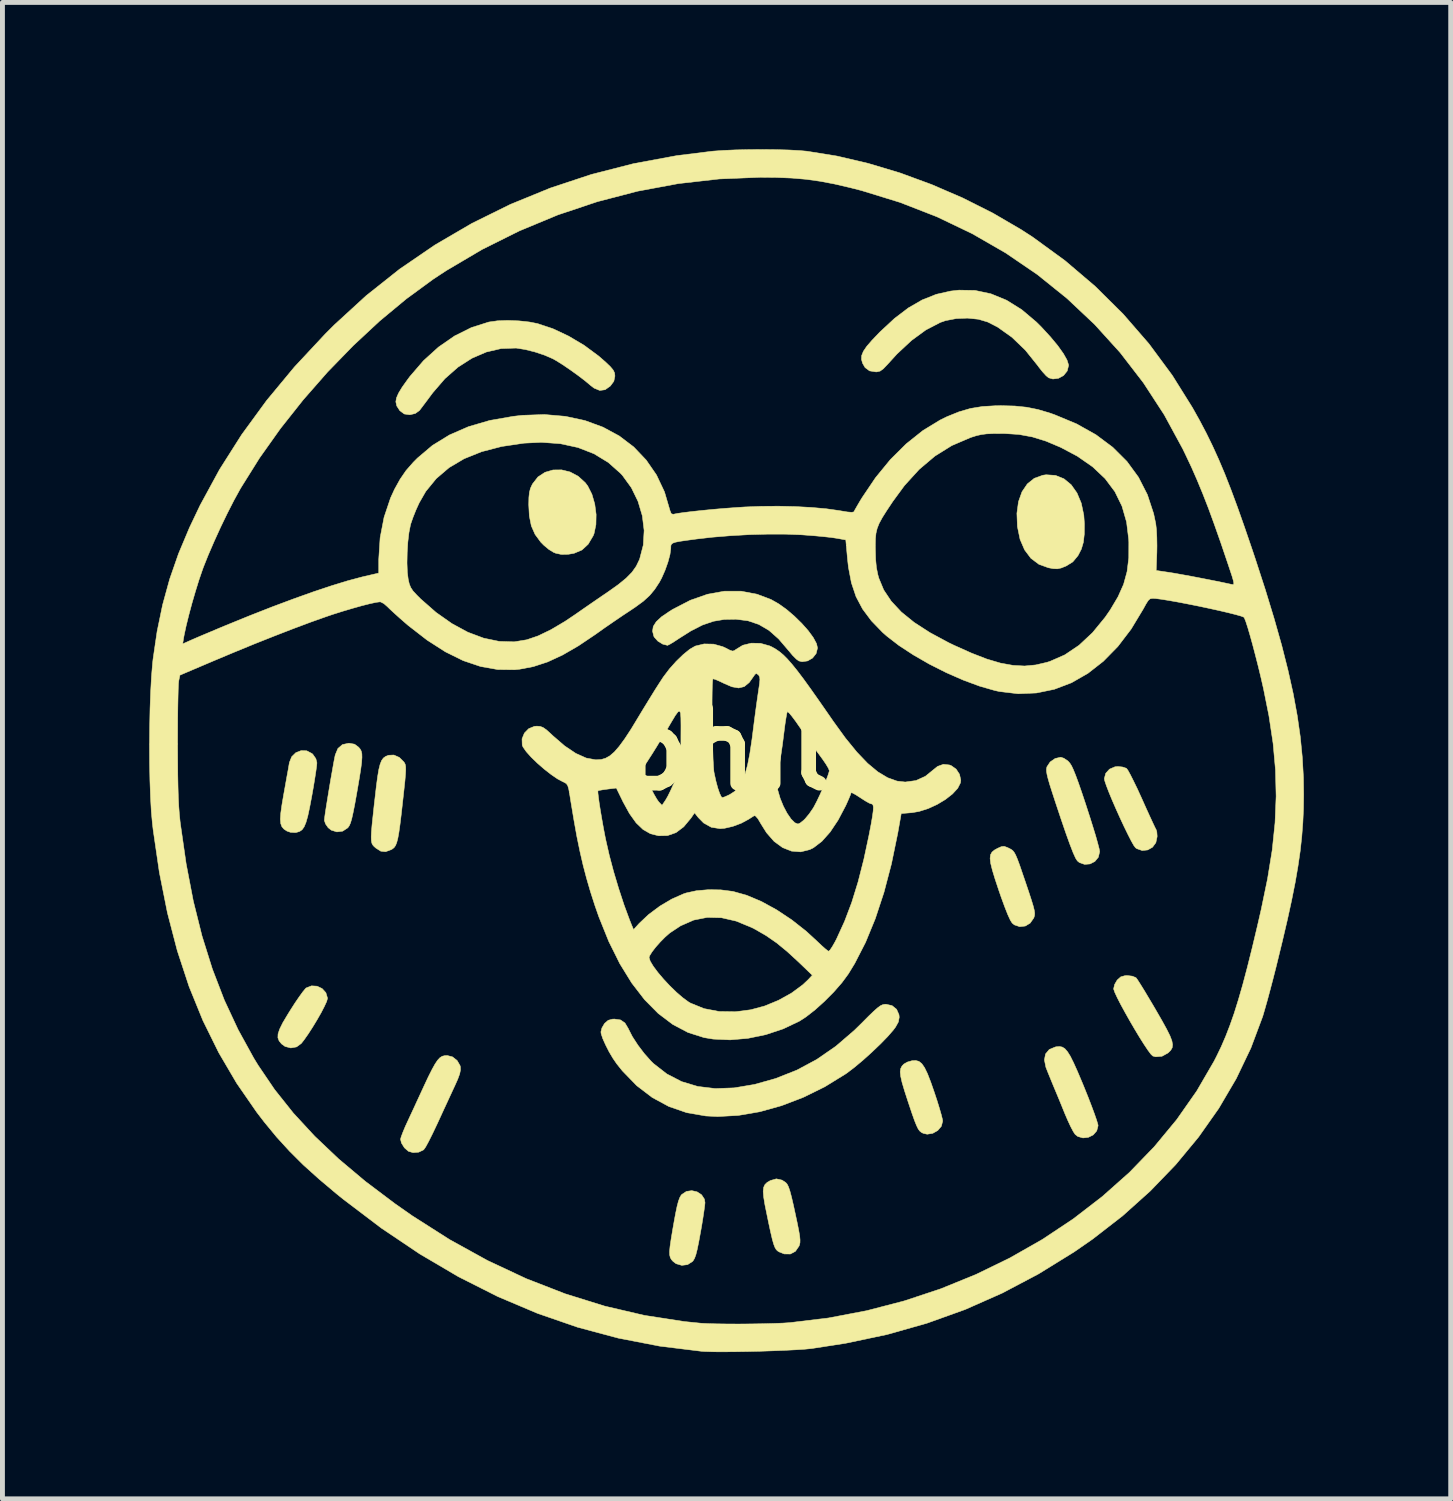
<source format=kicad_pcb>
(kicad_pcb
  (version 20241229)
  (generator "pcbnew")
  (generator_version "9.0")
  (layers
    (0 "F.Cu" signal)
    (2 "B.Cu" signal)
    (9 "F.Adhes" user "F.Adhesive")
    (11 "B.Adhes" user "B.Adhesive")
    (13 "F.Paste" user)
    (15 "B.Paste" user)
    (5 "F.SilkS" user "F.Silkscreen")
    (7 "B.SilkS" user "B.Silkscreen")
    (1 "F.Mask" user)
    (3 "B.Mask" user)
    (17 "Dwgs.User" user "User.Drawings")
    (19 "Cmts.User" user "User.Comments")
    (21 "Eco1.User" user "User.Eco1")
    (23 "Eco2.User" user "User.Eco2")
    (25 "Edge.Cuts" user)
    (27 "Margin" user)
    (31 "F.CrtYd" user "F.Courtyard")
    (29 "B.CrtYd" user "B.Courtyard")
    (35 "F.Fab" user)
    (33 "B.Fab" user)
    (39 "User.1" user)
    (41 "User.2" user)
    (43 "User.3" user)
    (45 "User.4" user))
  (footprint "phil"
    (layer "F.Cu")
    (at 11.77 12.265)
    (property "Reference" "phil" (at 0 0 0) (layer "F.SilkS") (effects (font (size 1.524 1.524) (thickness 0.3))))
    (attr through_hole)
    (fp_poly (pts (xy -8.34 4.838) (xy -8.237 4.887) (xy -8.161 4.97) (xy -8.128 5.08) (xy -8.128 5.09) (xy -8.145 5.151) (xy -8.191 5.251) (xy -8.258 5.381) (xy -8.341 5.526) (xy -8.432 5.676) (xy -8.523 5.817) (xy -8.609 5.939) (xy -8.663 6.008) (xy -8.76 6.079) (xy -8.877 6.1) (xy -8.994 6.07) (xy -9.066 6.018) (xy -9.116 5.957) (xy -9.141 5.892) (xy -9.138 5.814) (xy -9.105 5.715) (xy -9.041 5.585) (xy -8.941 5.417) (xy -8.887 5.33) (xy -8.793 5.183) (xy -8.704 5.053) (xy -8.63 4.951) (xy -8.577 4.887) (xy -8.563 4.874) (xy -8.454 4.831) (xy -8.34 4.838)) (stroke (width 0.01) (type solid)) (fill yes) (layer "F.SilkS"))
    (fp_poly (pts (xy 6.75 -5.6) (xy 6.922 -5.531) (xy 7.069 -5.41) (xy 7.188 -5.242) (xy 7.276 -5.033) (xy 7.328 -4.787) (xy 7.34 -4.613) (xy 7.338 -4.4) (xy 7.319 -4.233) (xy 7.278 -4.094) (xy 7.213 -3.968) (xy 7.207 -3.958) (xy 7.103 -3.833) (xy 6.968 -3.749) (xy 6.967 -3.749) (xy 6.866 -3.708) (xy 6.787 -3.691) (xy 6.702 -3.695) (xy 6.604 -3.713) (xy 6.411 -3.783) (xy 6.247 -3.906) (xy 6.118 -4.078) (xy 6.025 -4.294) (xy 5.972 -4.55) (xy 5.971 -4.557) (xy 5.961 -4.826) (xy 5.993 -5.063) (xy 6.065 -5.265) (xy 6.173 -5.425) (xy 6.315 -5.54) (xy 6.489 -5.603) (xy 6.558 -5.613) (xy 6.75 -5.6)) (stroke (width 0.01) (type solid)) (fill yes) (layer "F.SilkS"))
    (fp_poly (pts (xy -3.169 -5.67) (xy -3.004 -5.582) (xy -2.859 -5.45) (xy -2.809 -5.383) (xy -2.724 -5.215) (xy -2.666 -5.015) (xy -2.638 -4.801) (xy -2.642 -4.594) (xy -2.68 -4.412) (xy -2.699 -4.365) (xy -2.801 -4.193) (xy -2.928 -4.076) (xy -3.089 -4.008) (xy -3.207 -3.988) (xy -3.348 -3.985) (xy -3.464 -4.01) (xy -3.51 -4.029) (xy -3.604 -4.087) (xy -3.707 -4.173) (xy -3.77 -4.237) (xy -3.886 -4.395) (xy -3.962 -4.568) (xy -4.003 -4.771) (xy -4.015 -5.001) (xy -4.012 -5.149) (xy -4.001 -5.254) (xy -3.98 -5.336) (xy -3.943 -5.416) (xy -3.936 -5.428) (xy -3.826 -5.569) (xy -3.683 -5.663) (xy -3.519 -5.711) (xy -3.344 -5.713) (xy -3.169 -5.67)) (stroke (width 0.01) (type solid)) (fill yes) (layer "F.SilkS"))
    (fp_poly (pts (xy -0.574 9.041) (xy -0.483 9.101) (xy -0.425 9.19) (xy -0.413 9.262) (xy -0.419 9.322) (xy -0.434 9.433) (xy -0.456 9.58) (xy -0.484 9.752) (xy -0.505 9.868) (xy -0.542 10.071) (xy -0.573 10.221) (xy -0.6 10.327) (xy -0.627 10.4) (xy -0.656 10.449) (xy -0.668 10.463) (xy -0.769 10.528) (xy -0.887 10.543) (xy -1.004 10.509) (xy -1.065 10.463) (xy -1.099 10.425) (xy -1.122 10.384) (xy -1.135 10.331) (xy -1.137 10.257) (xy -1.127 10.153) (xy -1.106 10.009) (xy -1.074 9.816) (xy -1.052 9.69) (xy -1.015 9.487) (xy -0.984 9.338) (xy -0.956 9.232) (xy -0.929 9.159) (xy -0.901 9.11) (xy -0.888 9.095) (xy -0.793 9.032) (xy -0.683 9.016) (xy -0.574 9.041)) (stroke (width 0.01) (type solid)) (fill yes) (layer "F.SilkS"))
    (fp_poly (pts (xy 1.161 8.801) (xy 1.237 8.851) (xy 1.265 8.883) (xy 1.293 8.938) (xy 1.322 9.023) (xy 1.355 9.147) (xy 1.395 9.319) (xy 1.429 9.476) (xy 1.473 9.681) (xy 1.503 9.833) (xy 1.522 9.944) (xy 1.529 10.022) (xy 1.528 10.079) (xy 1.518 10.123) (xy 1.509 10.148) (xy 1.435 10.256) (xy 1.332 10.311) (xy 1.208 10.31) (xy 1.106 10.27) (xy 1.07 10.248) (xy 1.041 10.219) (xy 1.015 10.174) (xy 0.989 10.105) (xy 0.961 10.005) (xy 0.928 9.864) (xy 0.887 9.674) (xy 0.855 9.518) (xy 0.812 9.308) (xy 0.786 9.149) (xy 0.776 9.033) (xy 0.785 8.95) (xy 0.812 8.892) (xy 0.858 8.847) (xy 0.923 8.81) (xy 1.044 8.775) (xy 1.161 8.801)) (stroke (width 0.01) (type solid)) (fill yes) (layer "F.SilkS"))
    (fp_poly (pts (xy 3.958 6.374) (xy 4.017 6.421) (xy 4.074 6.503) (xy 4.134 6.627) (xy 4.201 6.8) (xy 4.271 7.001) (xy 4.329 7.176) (xy 4.378 7.335) (xy 4.416 7.467) (xy 4.439 7.56) (xy 4.444 7.594) (xy 4.417 7.7) (xy 4.343 7.787) (xy 4.241 7.845) (xy 4.127 7.863) (xy 4.047 7.845) (xy 4.008 7.825) (xy 3.975 7.798) (xy 3.943 7.754) (xy 3.909 7.684) (xy 3.868 7.582) (xy 3.817 7.438) (xy 3.752 7.244) (xy 3.733 7.187) (xy 3.663 6.971) (xy 3.614 6.805) (xy 3.586 6.681) (xy 3.576 6.59) (xy 3.585 6.524) (xy 3.611 6.472) (xy 3.65 6.43) (xy 3.721 6.389) (xy 3.814 6.362) (xy 3.816 6.361) (xy 3.893 6.357) (xy 3.958 6.374)) (stroke (width 0.01) (type solid)) (fill yes) (layer "F.SilkS"))
    (fp_poly (pts (xy -8.551 0.028) (xy -8.444 0.084) (xy -8.427 0.1) (xy -8.365 0.19) (xy -8.344 0.273) (xy -8.349 0.333) (xy -8.364 0.443) (xy -8.387 0.593) (xy -8.416 0.77) (xy -8.448 0.951) (xy -8.492 1.183) (xy -8.53 1.361) (xy -8.567 1.491) (xy -8.605 1.582) (xy -8.647 1.641) (xy -8.698 1.676) (xy -8.761 1.695) (xy -8.779 1.699) (xy -8.882 1.694) (xy -8.957 1.668) (xy -9.017 1.628) (xy -9.059 1.58) (xy -9.083 1.515) (xy -9.091 1.424) (xy -9.082 1.298) (xy -9.058 1.128) (xy -9.02 0.905) (xy -9.019 0.902) (xy -8.986 0.717) (xy -8.956 0.548) (xy -8.93 0.407) (xy -8.913 0.307) (xy -8.906 0.267) (xy -8.859 0.149) (xy -8.774 0.066) (xy -8.666 0.024) (xy -8.551 0.028)) (stroke (width 0.01) (type solid)) (fill yes) (layer "F.SilkS"))
    (fp_poly (pts (xy 5.766 2.004) (xy 5.802 2.021) (xy 5.842 2.042) (xy 5.876 2.067) (xy 5.905 2.103) (xy 5.936 2.159) (xy 5.972 2.244) (xy 6.017 2.365) (xy 6.074 2.532) (xy 6.135 2.71) (xy 6.206 2.921) (xy 6.258 3.081) (xy 6.294 3.199) (xy 6.315 3.283) (xy 6.324 3.343) (xy 6.322 3.388) (xy 6.312 3.426) (xy 6.304 3.446) (xy 6.232 3.549) (xy 6.132 3.609) (xy 6.018 3.622) (xy 5.909 3.585) (xy 5.864 3.548) (xy 5.827 3.49) (xy 5.775 3.377) (xy 5.711 3.215) (xy 5.637 3.012) (xy 5.591 2.879) (xy 5.514 2.647) (xy 5.459 2.466) (xy 5.425 2.328) (xy 5.413 2.226) (xy 5.422 2.152) (xy 5.452 2.098) (xy 5.502 2.056) (xy 5.565 2.021) (xy 5.644 1.986) (xy 5.7 1.98) (xy 5.766 2.004)) (stroke (width 0.01) (type solid)) (fill yes) (layer "F.SilkS"))
    (fp_poly (pts (xy 6.888 6.082) (xy 6.941 6.115) (xy 6.994 6.176) (xy 7.053 6.27) (xy 7.12 6.405) (xy 7.201 6.585) (xy 7.299 6.817) (xy 7.334 6.902) (xy 7.415 7.103) (xy 7.487 7.29) (xy 7.547 7.452) (xy 7.591 7.58) (xy 7.616 7.664) (xy 7.62 7.689) (xy 7.592 7.795) (xy 7.521 7.877) (xy 7.421 7.927) (xy 7.311 7.939) (xy 7.205 7.909) (xy 7.151 7.866) (xy 7.113 7.809) (xy 7.059 7.707) (xy 6.998 7.575) (xy 6.942 7.445) (xy 6.874 7.277) (xy 6.802 7.102) (xy 6.736 6.944) (xy 6.7 6.858) (xy 6.646 6.726) (xy 6.594 6.599) (xy 6.556 6.502) (xy 6.553 6.494) (xy 6.523 6.345) (xy 6.546 6.223) (xy 6.622 6.132) (xy 6.746 6.08) (xy 6.769 6.076) (xy 6.832 6.071) (xy 6.888 6.082)) (stroke (width 0.01) (type solid)) (fill yes) (layer "F.SilkS"))
    (fp_poly (pts (xy -7.574 -0.107) (xy -7.491 -0.045) (xy -7.46 -0.008) (xy -7.438 0.034) (xy -7.425 0.088) (xy -7.423 0.163) (xy -7.43 0.266) (xy -7.448 0.405) (xy -7.477 0.587) (xy -7.517 0.822) (xy -7.533 0.913) (xy -7.572 1.131) (xy -7.605 1.296) (xy -7.632 1.416) (xy -7.657 1.501) (xy -7.682 1.558) (xy -7.71 1.598) (xy -7.715 1.603) (xy -7.817 1.67) (xy -7.936 1.685) (xy -8.051 1.649) (xy -8.114 1.599) (xy -8.167 1.523) (xy -8.191 1.452) (xy -8.191 1.446) (xy -8.186 1.394) (xy -8.172 1.292) (xy -8.15 1.151) (xy -8.123 0.984) (xy -8.093 0.802) (xy -8.062 0.617) (xy -8.031 0.442) (xy -8.004 0.288) (xy -7.981 0.167) (xy -7.969 0.111) (xy -7.915 -0.019) (xy -7.823 -0.099) (xy -7.694 -0.127) (xy -7.686 -0.127) (xy -7.574 -0.107)) (stroke (width 0.01) (type solid)) (fill yes) (layer "F.SilkS"))
    (fp_poly (pts (xy 8.12 0.359) (xy 8.194 0.384) (xy 8.202 0.389) (xy 8.231 0.429) (xy 8.28 0.518) (xy 8.345 0.647) (xy 8.422 0.805) (xy 8.504 0.985) (xy 8.523 1.027) (xy 8.604 1.208) (xy 8.677 1.368) (xy 8.738 1.5) (xy 8.782 1.593) (xy 8.806 1.64) (xy 8.808 1.643) (xy 8.82 1.684) (xy 8.826 1.762) (xy 8.826 1.785) (xy 8.8 1.906) (xy 8.731 1.999) (xy 8.633 2.054) (xy 8.521 2.066) (xy 8.41 2.027) (xy 8.384 2.008) (xy 8.349 1.961) (xy 8.295 1.865) (xy 8.227 1.732) (xy 8.149 1.572) (xy 8.067 1.396) (xy 7.985 1.214) (xy 7.908 1.037) (xy 7.841 0.875) (xy 7.789 0.74) (xy 7.756 0.642) (xy 7.747 0.597) (xy 7.776 0.488) (xy 7.853 0.403) (xy 7.964 0.355) (xy 8.025 0.349) (xy 8.12 0.359)) (stroke (width 0.01) (type solid)) (fill yes) (layer "F.SilkS"))
    (fp_poly (pts (xy 8.319 4.633) (xy 8.391 4.663) (xy 8.398 4.669) (xy 8.428 4.71) (xy 8.484 4.798) (xy 8.561 4.922) (xy 8.653 5.076) (xy 8.756 5.249) (xy 8.795 5.316) (xy 8.923 5.538) (xy 9.02 5.714) (xy 9.088 5.85) (xy 9.128 5.954) (xy 9.142 6.034) (xy 9.134 6.096) (xy 9.104 6.148) (xy 9.055 6.197) (xy 9.046 6.204) (xy 8.926 6.27) (xy 8.798 6.281) (xy 8.738 6.265) (xy 8.7 6.229) (xy 8.638 6.146) (xy 8.558 6.026) (xy 8.465 5.879) (xy 8.366 5.714) (xy 8.265 5.541) (xy 8.169 5.37) (xy 8.082 5.211) (xy 8.011 5.072) (xy 7.961 4.964) (xy 7.938 4.897) (xy 7.938 4.888) (xy 7.958 4.802) (xy 8.008 4.716) (xy 8.014 4.709) (xy 8.084 4.647) (xy 8.17 4.623) (xy 8.219 4.621) (xy 8.319 4.633)) (stroke (width 0.01) (type solid)) (fill yes) (layer "F.SilkS"))
    (fp_poly (pts (xy -5.572 6.283) (xy -5.478 6.358) (xy -5.419 6.46) (xy -5.412 6.487) (xy -5.41 6.55) (xy -5.426 6.63) (xy -5.466 6.739) (xy -5.533 6.889) (xy -5.534 6.89) (xy -5.602 7.037) (xy -5.669 7.182) (xy -5.725 7.303) (xy -5.747 7.35) (xy -5.875 7.629) (xy -5.98 7.85) (xy -6.062 8.014) (xy -6.122 8.124) (xy -6.161 8.179) (xy -6.165 8.183) (xy -6.263 8.23) (xy -6.379 8.239) (xy -6.474 8.212) (xy -6.556 8.14) (xy -6.616 8.043) (xy -6.635 7.966) (xy -6.622 7.917) (xy -6.588 7.826) (xy -6.538 7.706) (xy -6.497 7.617) (xy -6.428 7.468) (xy -6.358 7.318) (xy -6.3 7.191) (xy -6.278 7.144) (xy -6.162 6.893) (xy -6.069 6.694) (xy -5.992 6.541) (xy -5.93 6.429) (xy -5.877 6.35) (xy -5.829 6.299) (xy -5.783 6.27) (xy -5.734 6.258) (xy -5.68 6.255) (xy -5.572 6.283)) (stroke (width 0.01) (type solid)) (fill yes) (layer "F.SilkS"))
    (fp_poly (pts (xy 6.92 0.18) (xy 6.997 0.231) (xy 7.013 0.246) (xy 7.045 0.283) (xy 7.079 0.337) (xy 7.116 0.417) (xy 7.161 0.528) (xy 7.216 0.677) (xy 7.284 0.873) (xy 7.367 1.121) (xy 7.379 1.159) (xy 7.451 1.381) (xy 7.516 1.589) (xy 7.572 1.772) (xy 7.614 1.923) (xy 7.642 2.031) (xy 7.652 2.089) (xy 7.652 2.089) (xy 7.625 2.203) (xy 7.554 2.289) (xy 7.455 2.34) (xy 7.344 2.349) (xy 7.237 2.311) (xy 7.196 2.277) (xy 7.16 2.221) (xy 7.109 2.108) (xy 7.043 1.937) (xy 6.96 1.707) (xy 6.861 1.417) (xy 6.832 1.33) (xy 6.747 1.075) (xy 6.681 0.872) (xy 6.631 0.715) (xy 6.597 0.597) (xy 6.576 0.51) (xy 6.566 0.447) (xy 6.565 0.401) (xy 6.572 0.365) (xy 6.575 0.354) (xy 6.64 0.256) (xy 6.742 0.185) (xy 6.856 0.159) (xy 6.92 0.18)) (stroke (width 0.01) (type solid)) (fill yes) (layer "F.SilkS"))
    (fp_poly (pts (xy -6.66 0.163) (xy -6.568 0.254) (xy -6.549 0.282) (xy -6.537 0.313) (xy -6.53 0.356) (xy -6.529 0.42) (xy -6.534 0.513) (xy -6.545 0.644) (xy -6.564 0.821) (xy -6.589 1.048) (xy -6.619 1.317) (xy -6.645 1.529) (xy -6.668 1.693) (xy -6.69 1.816) (xy -6.713 1.904) (xy -6.738 1.965) (xy -6.767 2.006) (xy -6.802 2.034) (xy -6.826 2.048) (xy -6.941 2.09) (xy -7.039 2.079) (xy -7.141 2.014) (xy -7.141 2.013) (xy -7.176 1.983) (xy -7.202 1.953) (xy -7.221 1.916) (xy -7.231 1.863) (xy -7.234 1.788) (xy -7.229 1.683) (xy -7.217 1.54) (xy -7.197 1.352) (xy -7.171 1.11) (xy -7.159 1.01) (xy -7.13 0.757) (xy -7.104 0.56) (xy -7.079 0.411) (xy -7.052 0.303) (xy -7.022 0.227) (xy -6.985 0.176) (xy -6.94 0.143) (xy -6.883 0.12) (xy -6.881 0.119) (xy -6.771 0.114) (xy -6.66 0.163)) (stroke (width 0.01) (type solid)) (fill yes) (layer "F.SilkS"))
    (fp_poly (pts (xy 0.324 -3.234) (xy 0.653 -3.171) (xy 0.938 -3.063) (xy 1.093 -2.975) (xy 1.256 -2.858) (xy 1.416 -2.721) (xy 1.566 -2.574) (xy 1.697 -2.426) (xy 1.8 -2.285) (xy 1.866 -2.162) (xy 1.886 -2.073) (xy 1.858 -1.96) (xy 1.785 -1.868) (xy 1.684 -1.809) (xy 1.571 -1.793) (xy 1.504 -1.809) (xy 1.452 -1.847) (xy 1.378 -1.921) (xy 1.298 -2.017) (xy 1.29 -2.026) (xy 1.092 -2.258) (xy 0.894 -2.433) (xy 0.688 -2.554) (xy 0.466 -2.629) (xy 0.219 -2.661) (xy -0.018 -2.657) (xy -0.242 -2.619) (xy -0.466 -2.542) (xy -0.703 -2.421) (xy -0.948 -2.266) (xy -1.048 -2.2) (xy -1.129 -2.151) (xy -1.176 -2.128) (xy -1.179 -2.127) (xy -1.277 -2.152) (xy -1.376 -2.213) (xy -1.448 -2.293) (xy -1.459 -2.313) (xy -1.485 -2.417) (xy -1.47 -2.514) (xy -1.41 -2.609) (xy -1.301 -2.711) (xy -1.136 -2.823) (xy -1.072 -2.863) (xy -0.714 -3.048) (xy -0.361 -3.172) (xy -0.014 -3.234) (xy 0.324 -3.234)) (stroke (width 0.01) (type solid)) (fill yes) (layer "F.SilkS"))
    (fp_poly (pts (xy 5.106 -9.38) (xy 5.43 -9.311) (xy 5.749 -9.18) (xy 6.059 -8.987) (xy 6.361 -8.732) (xy 6.465 -8.628) (xy 6.647 -8.43) (xy 6.797 -8.249) (xy 6.911 -8.089) (xy 6.985 -7.957) (xy 7.016 -7.859) (xy 7.017 -7.848) (xy 6.989 -7.734) (xy 6.915 -7.642) (xy 6.812 -7.585) (xy 6.697 -7.57) (xy 6.611 -7.594) (xy 6.558 -7.637) (xy 6.485 -7.717) (xy 6.405 -7.818) (xy 6.39 -7.84) (xy 6.133 -8.16) (xy 5.858 -8.424) (xy 5.568 -8.63) (xy 5.366 -8.734) (xy 5.175 -8.791) (xy 4.953 -8.814) (xy 4.721 -8.805) (xy 4.502 -8.763) (xy 4.393 -8.725) (xy 4.101 -8.573) (xy 3.808 -8.359) (xy 3.512 -8.083) (xy 3.314 -7.866) (xy 3.23 -7.778) (xy 3.164 -7.731) (xy 3.098 -7.716) (xy 3.082 -7.715) (xy 2.95 -7.736) (xy 2.858 -7.804) (xy 2.807 -7.892) (xy 2.785 -7.97) (xy 2.788 -8.048) (xy 2.823 -8.135) (xy 2.892 -8.237) (xy 3.001 -8.363) (xy 3.153 -8.522) (xy 3.165 -8.534) (xy 3.459 -8.807) (xy 3.743 -9.023) (xy 4.025 -9.186) (xy 4.311 -9.3) (xy 4.608 -9.367) (xy 4.777 -9.386) (xy 5.106 -9.38)) (stroke (width 0.01) (type solid)) (fill yes) (layer "F.SilkS"))
    (fp_poly (pts (xy -4.215 -8.758) (xy -3.996 -8.734) (xy -3.834 -8.702) (xy -3.522 -8.598) (xy -3.199 -8.446) (xy -2.881 -8.257) (xy -2.585 -8.038) (xy -2.444 -7.915) (xy -2.346 -7.821) (xy -2.289 -7.752) (xy -2.261 -7.694) (xy -2.254 -7.631) (xy -2.254 -7.63) (xy -2.276 -7.524) (xy -2.347 -7.427) (xy -2.454 -7.351) (xy -2.564 -7.336) (xy -2.68 -7.384) (xy -2.754 -7.441) (xy -2.866 -7.535) (xy -3.009 -7.644) (xy -3.165 -7.756) (xy -3.319 -7.861) (xy -3.453 -7.945) (xy -3.525 -7.985) (xy -3.691 -8.057) (xy -3.887 -8.122) (xy -4.084 -8.172) (xy -4.257 -8.2) (xy -4.276 -8.202) (xy -4.579 -8.192) (xy -4.881 -8.122) (xy -5.177 -7.994) (xy -5.461 -7.812) (xy -5.728 -7.577) (xy -5.973 -7.293) (xy -5.99 -7.271) (xy -6.08 -7.15) (xy -6.161 -7.042) (xy -6.222 -6.961) (xy -6.246 -6.929) (xy -6.332 -6.866) (xy -6.445 -6.839) (xy -6.557 -6.855) (xy -6.561 -6.857) (xy -6.649 -6.922) (xy -6.712 -7.019) (xy -6.731 -7.105) (xy -6.718 -7.183) (xy -6.676 -7.28) (xy -6.601 -7.404) (xy -6.488 -7.562) (xy -6.445 -7.62) (xy -6.165 -7.945) (xy -5.858 -8.223) (xy -5.53 -8.45) (xy -5.187 -8.621) (xy -4.835 -8.733) (xy -4.832 -8.734) (xy -4.656 -8.759) (xy -4.443 -8.767) (xy -4.215 -8.758)) (stroke (width 0.01) (type solid)) (fill yes) (layer "F.SilkS"))
    (fp_poly (pts (xy 3.409 5.235) (xy 3.502 5.31) (xy 3.551 5.421) (xy 3.556 5.473) (xy 3.539 5.568) (xy 3.481 5.673) (xy 3.434 5.736) (xy 3.32 5.867) (xy 3.168 6.023) (xy 2.994 6.189) (xy 2.813 6.352) (xy 2.637 6.499) (xy 2.483 6.616) (xy 2.453 6.636) (xy 2.034 6.894) (xy 1.597 7.109) (xy 1.151 7.28) (xy 0.706 7.404) (xy 0.268 7.479) (xy -0.153 7.502) (xy -0.397 7.49) (xy -0.786 7.423) (xy -1.151 7.297) (xy -1.491 7.113) (xy -1.808 6.871) (xy -2.101 6.569) (xy -2.215 6.427) (xy -2.294 6.312) (xy -2.374 6.177) (xy -2.445 6.037) (xy -2.502 5.91) (xy -2.535 5.81) (xy -2.54 5.772) (xy -2.519 5.69) (xy -2.469 5.605) (xy -2.464 5.598) (xy -2.391 5.535) (xy -2.302 5.511) (xy -2.262 5.51) (xy -2.138 5.528) (xy -2.049 5.59) (xy -1.98 5.705) (xy -1.976 5.715) (xy -1.898 5.868) (xy -1.785 6.042) (xy -1.653 6.216) (xy -1.517 6.369) (xy -1.466 6.419) (xy -1.192 6.632) (xy -0.891 6.788) (xy -0.561 6.887) (xy -0.203 6.93) (xy 0.183 6.916) (xy 0.598 6.846) (xy 1.032 6.724) (xy 1.464 6.553) (xy 1.871 6.335) (xy 2.26 6.066) (xy 2.638 5.741) (xy 2.784 5.598) (xy 2.926 5.455) (xy 3.033 5.352) (xy 3.112 5.282) (xy 3.171 5.238) (xy 3.219 5.216) (xy 3.263 5.208) (xy 3.285 5.207) (xy 3.409 5.235)) (stroke (width 0.01) (type solid)) (fill yes) (layer "F.SilkS"))
    (fp_poly (pts (xy 0.722 -2.168) (xy 0.908 -2.116) (xy 0.953 -2.095) (xy 1.031 -2.051) (xy 1.107 -1.999) (xy 1.186 -1.933) (xy 1.271 -1.848) (xy 1.365 -1.741) (xy 1.474 -1.606) (xy 1.601 -1.438) (xy 1.749 -1.233) (xy 1.923 -0.986) (xy 2.127 -0.693) (xy 2.206 -0.578) (xy 2.456 -0.233) (xy 2.69 0.054) (xy 2.91 0.284) (xy 3.119 0.458) (xy 3.319 0.578) (xy 3.511 0.647) (xy 3.679 0.666) (xy 3.898 0.636) (xy 4.091 0.548) (xy 4.214 0.448) (xy 4.339 0.347) (xy 4.458 0.304) (xy 4.58 0.317) (xy 4.617 0.33) (xy 4.719 0.402) (xy 4.788 0.508) (xy 4.814 0.627) (xy 4.807 0.683) (xy 4.751 0.794) (xy 4.645 0.909) (xy 4.501 1.022) (xy 4.331 1.124) (xy 4.148 1.208) (xy 3.962 1.267) (xy 3.816 1.292) (xy 3.597 1.31) (xy 3.526 1.711) (xy 3.397 2.338) (xy 3.244 2.921) (xy 3.067 3.458) (xy 2.868 3.942) (xy 2.647 4.373) (xy 2.516 4.588) (xy 2.384 4.767) (xy 2.217 4.958) (xy 2.029 5.147) (xy 1.836 5.321) (xy 1.65 5.466) (xy 1.517 5.552) (xy 1.185 5.71) (xy 0.83 5.828) (xy 0.463 5.904) (xy 0.1 5.935) (xy -0.246 5.919) (xy -0.434 5.888) (xy -0.761 5.784) (xy -1.073 5.619) (xy -1.369 5.395) (xy -1.649 5.112) (xy -1.911 4.772) (xy -2.155 4.376) (xy -2.216 4.252) (xy -1.556 4.252) (xy -1.533 4.326) (xy -1.47 4.431) (xy -1.376 4.557) (xy -1.26 4.694) (xy -1.13 4.833) (xy -0.996 4.963) (xy -0.866 5.075) (xy -0.75 5.16) (xy -0.711 5.183) (xy -0.434 5.296) (xy -0.126 5.355) (xy 0.209 5.36) (xy 0.52 5.32) (xy 0.806 5.243) (xy 1.09 5.126) (xy 1.356 4.978) (xy 1.586 4.808) (xy 1.692 4.708) (xy 1.78 4.614) (xy 1.497 4.342) (xy 1.263 4.127) (xy 1.049 3.952) (xy 0.838 3.806) (xy 0.615 3.677) (xy 0.539 3.638) (xy 0.224 3.508) (xy -0.077 3.439) (xy -0.366 3.432) (xy -0.644 3.487) (xy -0.913 3.605) (xy -1.132 3.75) (xy -1.227 3.833) (xy -1.327 3.934) (xy -1.421 4.04) (xy -1.497 4.139) (xy -1.545 4.217) (xy -1.556 4.252) (xy -2.216 4.252) (xy -2.379 3.925) (xy -2.582 3.421) (xy -2.663 3.189) (xy -2.754 2.906) (xy -2.833 2.635) (xy -2.904 2.365) (xy -2.969 2.083) (xy -3.032 1.777) (xy -3.093 1.436) (xy -3.158 1.046) (xy -3.176 0.932) (xy -3.185 0.881) (xy -2.602 0.881) (xy -2.592 0.968) (xy -2.575 1.095) (xy -2.55 1.253) (xy -2.52 1.429) (xy -2.487 1.614) (xy -2.452 1.796) (xy -2.439 1.857) (xy -2.369 2.164) (xy -2.28 2.5) (xy -2.177 2.844) (xy -2.068 3.176) (xy -1.958 3.474) (xy -1.916 3.58) (xy -1.873 3.682) (xy -1.758 3.555) (xy -1.566 3.374) (xy -1.337 3.203) (xy -1.091 3.057) (xy -0.849 2.95) (xy -0.797 2.933) (xy -0.587 2.887) (xy -0.343 2.866) (xy -0.088 2.87) (xy 0.153 2.901) (xy 0.16 2.902) (xy 0.44 2.981) (xy 0.741 3.108) (xy 1.051 3.278) (xy 1.36 3.483) (xy 1.657 3.717) (xy 1.873 3.916) (xy 1.968 4.006) (xy 2.048 4.077) (xy 2.101 4.118) (xy 2.113 4.124) (xy 2.142 4.099) (xy 2.189 4.029) (xy 2.247 3.927) (xy 2.278 3.866) (xy 2.44 3.511) (xy 2.585 3.128) (xy 2.715 2.708) (xy 2.834 2.241) (xy 2.938 1.754) (xy 2.98 1.536) (xy 3.008 1.373) (xy 3.024 1.257) (xy 3.028 1.18) (xy 3.02 1.136) (xy 3.001 1.115) (xy 2.979 1.111) (xy 2.937 1.094) (xy 2.86 1.05) (xy 2.764 0.988) (xy 2.758 0.984) (xy 2.668 0.926) (xy 2.601 0.89) (xy 2.572 0.884) (xy 2.572 0.886) (xy 2.559 0.927) (xy 2.525 1.009) (xy 2.477 1.117) (xy 2.463 1.148) (xy 2.307 1.444) (xy 2.144 1.688) (xy 1.976 1.877) (xy 1.805 2.008) (xy 1.727 2.047) (xy 1.542 2.093) (xy 1.355 2.078) (xy 1.173 2.006) (xy 1 1.88) (xy 0.844 1.702) (xy 0.733 1.525) (xy 0.669 1.416) (xy 0.619 1.36) (xy 0.593 1.354) (xy 0.54 1.387) (xy 0.476 1.428) (xy 0.327 1.508) (xy 0.156 1.572) (xy -0.012 1.611) (xy -0.104 1.619) (xy -0.285 1.59) (xy -0.442 1.502) (xy -0.551 1.391) (xy -0.626 1.295) (xy -0.699 1.402) (xy -0.848 1.581) (xy -1.006 1.7) (xy -1.178 1.76) (xy -1.361 1.764) (xy -1.527 1.723) (xy -1.678 1.637) (xy -1.82 1.501) (xy -1.956 1.311) (xy -2.092 1.063) (xy -2.1 1.045) (xy -2.225 0.789) (xy -2.406 0.811) (xy -2.506 0.825) (xy -2.578 0.838) (xy -2.601 0.845) (xy -2.602 0.881) (xy -3.185 0.881) (xy -3.197 0.812) (xy -3.218 0.74) (xy -3.247 0.698) (xy -3.294 0.67) (xy -3.312 0.663) (xy -3.425 0.603) (xy -3.558 0.512) (xy -3.683 0.414) (xy -1.683 0.414) (xy -1.668 0.468) (xy -1.63 0.561) (xy -1.577 0.678) (xy -1.515 0.803) (xy -1.453 0.92) (xy -1.398 1.015) (xy -1.359 1.071) (xy -1.291 1.142) (xy -1.216 1.031) (xy -1.171 0.952) (xy -1.113 0.834) (xy -1.051 0.696) (xy -1.023 0.627) (xy -0.905 0.333) (xy -0.905 -0.262) (xy -0.904 -0.484) (xy -0.906 -0.644) (xy -0.913 -0.744) (xy -0.932 -0.785) (xy -0.965 -0.768) (xy -1.019 -0.695) (xy -1.096 -0.567) (xy -1.202 -0.386) (xy -1.215 -0.365) (xy -1.31 -0.207) (xy -1.405 -0.05) (xy -1.491 0.088) (xy -1.557 0.19) (xy -1.561 0.197) (xy -1.623 0.293) (xy -1.666 0.371) (xy -1.683 0.414) (xy -3.683 0.414) (xy -3.7 0.401) (xy -3.839 0.28) (xy -3.965 0.158) (xy -4.066 0.045) (xy -4.131 -0.048) (xy -4.148 -0.087) (xy -4.152 -0.217) (xy -4.104 -0.334) (xy -4.016 -0.424) (xy -3.899 -0.472) (xy -3.849 -0.476) (xy -3.783 -0.471) (xy -3.723 -0.449) (xy -3.654 -0.401) (xy -3.562 -0.318) (xy -3.522 -0.28) (xy -3.281 -0.072) (xy -3.053 0.081) (xy -2.841 0.176) (xy -2.646 0.212) (xy -2.536 0.206) (xy -2.446 0.18) (xy -2.358 0.131) (xy -2.266 0.052) (xy -2.167 -0.062) (xy -2.054 -0.216) (xy -1.923 -0.416) (xy -1.774 -0.662) (xy -1.686 -0.808) (xy -0.269 -0.808) (xy -0.267 -0.597) (xy -0.264 -0.381) (xy -0.26 -0.169) (xy -0.254 0.03) (xy -0.248 0.205) (xy -0.24 0.347) (xy -0.232 0.446) (xy -0.227 0.476) (xy -0.191 0.643) (xy -0.152 0.788) (xy -0.113 0.9) (xy -0.08 0.968) (xy -0.06 0.984) (xy -0.015 0.971) (xy 0.062 0.937) (xy 0.096 0.92) (xy 0.192 0.858) (xy 0.274 0.773) (xy 0.339 0.666) (xy 1.055 0.666) (xy 1.062 0.763) (xy 1.075 0.835) (xy 1.123 1) (xy 1.189 1.161) (xy 1.265 1.305) (xy 1.345 1.421) (xy 1.422 1.498) (xy 1.487 1.524) (xy 1.534 1.502) (xy 1.602 1.448) (xy 1.636 1.414) (xy 1.718 1.315) (xy 1.797 1.2) (xy 1.817 1.165) (xy 1.873 1.058) (xy 1.935 0.928) (xy 1.997 0.787) (xy 2.053 0.653) (xy 2.097 0.538) (xy 2.123 0.457) (xy 2.127 0.432) (xy 2.109 0.385) (xy 2.06 0.302) (xy 1.988 0.197) (xy 1.942 0.134) (xy 1.847 0.006) (xy 1.732 -0.154) (xy 1.614 -0.322) (xy 1.524 -0.454) (xy 1.437 -0.579) (xy 1.361 -0.68) (xy 1.304 -0.748) (xy 1.273 -0.772) (xy 1.27 -0.772) (xy 1.258 -0.732) (xy 1.242 -0.642) (xy 1.222 -0.513) (xy 1.202 -0.357) (xy 1.195 -0.302) (xy 1.171 -0.111) (xy 1.143 0.084) (xy 1.116 0.262) (xy 1.091 0.4) (xy 1.09 0.406) (xy 1.064 0.555) (xy 1.055 0.666) (xy 0.339 0.666) (xy 0.344 0.658) (xy 0.404 0.509) (xy 0.457 0.318) (xy 0.504 0.079) (xy 0.548 -0.214) (xy 0.571 -0.396) (xy 0.597 -0.6) (xy 0.624 -0.804) (xy 0.65 -0.992) (xy 0.672 -1.145) (xy 0.681 -1.206) (xy 0.701 -1.34) (xy 0.709 -1.426) (xy 0.704 -1.479) (xy 0.687 -1.513) (xy 0.677 -1.524) (xy 0.636 -1.554) (xy 0.605 -1.531) (xy 0.592 -1.511) (xy 0.491 -1.368) (xy 0.389 -1.284) (xy 0.275 -1.256) (xy 0.138 -1.28) (xy -0.015 -1.345) (xy -0.121 -1.396) (xy -0.203 -1.431) (xy -0.248 -1.443) (xy -0.251 -1.442) (xy -0.258 -1.404) (xy -0.264 -1.312) (xy -0.267 -1.175) (xy -0.269 -1.004) (xy -0.269 -0.808) (xy -1.686 -0.808) (xy -1.658 -0.854) (xy -1.542 -1.043) (xy -1.434 -1.218) (xy -1.34 -1.365) (xy -1.27 -1.472) (xy -1.261 -1.485) (xy -1.139 -1.646) (xy -1 -1.802) (xy -0.858 -1.939) (xy -0.725 -2.047) (xy -0.613 -2.112) (xy -0.432 -2.156) (xy -0.237 -2.152) (xy -0.05 -2.1) (xy 0.004 -2.075) (xy 0.095 -2.028) (xy 0.15 -2.01) (xy 0.188 -2.02) (xy 0.214 -2.04) (xy 0.359 -2.129) (xy 0.534 -2.172) (xy 0.722 -2.168)) (stroke (width 0.01) (type solid)) (fill yes) (layer "F.SilkS"))
    (fp_poly (pts (xy 1.045 -12.257) (xy 1.302 -12.25) (xy 1.522 -12.238) (xy 1.667 -12.225) (xy 2.284 -12.126) (xy 2.923 -11.976) (xy 3.573 -11.781) (xy 4.221 -11.543) (xy 4.857 -11.268) (xy 5.471 -10.959) (xy 6.05 -10.621) (xy 6.283 -10.47) (xy 6.942 -9.99) (xy 7.559 -9.465) (xy 8.132 -8.897) (xy 8.659 -8.29) (xy 9.135 -7.646) (xy 9.548 -6.985) (xy 9.694 -6.724) (xy 9.83 -6.466) (xy 9.959 -6.202) (xy 10.084 -5.927) (xy 10.209 -5.631) (xy 10.336 -5.307) (xy 10.469 -4.948) (xy 10.611 -4.546) (xy 10.766 -4.093) (xy 10.827 -3.911) (xy 11.036 -3.268) (xy 11.217 -2.675) (xy 11.372 -2.127) (xy 11.501 -1.617) (xy 11.607 -1.14) (xy 11.69 -0.688) (xy 11.752 -0.256) (xy 11.793 0.162) (xy 11.816 0.573) (xy 11.821 0.921) (xy 11.817 1.213) (xy 11.804 1.498) (xy 11.782 1.784) (xy 11.75 2.077) (xy 11.705 2.385) (xy 11.648 2.717) (xy 11.576 3.078) (xy 11.489 3.477) (xy 11.385 3.921) (xy 11.264 4.417) (xy 11.253 4.461) (xy 11.196 4.685) (xy 11.137 4.909) (xy 11.081 5.118) (xy 11.03 5.298) (xy 10.99 5.435) (xy 10.982 5.461) (xy 10.742 6.102) (xy 10.443 6.727) (xy 10.086 7.335) (xy 9.673 7.921) (xy 9.206 8.485) (xy 8.688 9.022) (xy 8.121 9.531) (xy 7.506 10.008) (xy 7.128 10.27) (xy 6.403 10.718) (xy 5.663 11.109) (xy 4.904 11.445) (xy 4.121 11.726) (xy 3.309 11.956) (xy 2.462 12.135) (xy 1.764 12.243) (xy 1.632 12.256) (xy 1.45 12.268) (xy 1.23 12.279) (xy 0.983 12.289) (xy 0.721 12.298) (xy 0.456 12.304) (xy 0.199 12.308) (xy -0.037 12.31) (xy -0.241 12.309) (xy -0.401 12.304) (xy -0.476 12.3) (xy -1.338 12.194) (xy -2.185 12.03) (xy -3.018 11.807) (xy -3.839 11.523) (xy -4.649 11.18) (xy -5.45 10.776) (xy -6.242 10.31) (xy -7.027 9.782) (xy -7.806 9.191) (xy -7.938 9.085) (xy -8.301 8.779) (xy -8.62 8.492) (xy -8.904 8.209) (xy -9.167 7.921) (xy -9.419 7.615) (xy -9.574 7.413) (xy -9.984 6.82) (xy -10.35 6.196) (xy -10.674 5.539) (xy -10.956 4.846) (xy -11.197 4.113) (xy -11.399 3.337) (xy -11.563 2.515) (xy -11.69 1.645) (xy -11.706 1.508) (xy -11.728 1.266) (xy -11.744 0.973) (xy -11.756 0.641) (xy -11.763 0.282) (xy -11.765 -0.092) (xy -11.764 -0.111) (xy -11.191 -0.111) (xy -11.189 0.235) (xy -11.187 0.526) (xy -11.182 0.771) (xy -11.176 0.979) (xy -11.167 1.159) (xy -11.155 1.319) (xy -11.14 1.469) (xy -11.133 1.524) (xy -11.016 2.337) (xy -10.87 3.098) (xy -10.692 3.812) (xy -10.481 4.485) (xy -10.236 5.122) (xy -9.954 5.727) (xy -9.635 6.307) (xy -9.544 6.456) (xy -9.209 6.95) (xy -8.825 7.432) (xy -8.39 7.903) (xy -7.901 8.367) (xy -7.355 8.826) (xy -6.75 9.282) (xy -6.396 9.53) (xy -5.633 10.016) (xy -4.856 10.445) (xy -4.066 10.815) (xy -3.268 11.125) (xy -2.462 11.376) (xy -1.652 11.565) (xy -0.839 11.691) (xy -0.492 11.726) (xy -0.361 11.733) (xy -0.18 11.738) (xy 0.037 11.741) (xy 0.276 11.742) (xy 0.524 11.74) (xy 0.766 11.736) (xy 0.988 11.73) (xy 1.178 11.723) (xy 1.318 11.714) (xy 2.112 11.618) (xy 2.893 11.469) (xy 3.657 11.27) (xy 4.402 11.023) (xy 5.124 10.729) (xy 5.818 10.391) (xy 6.483 10.012) (xy 7.113 9.593) (xy 7.706 9.136) (xy 8.259 8.645) (xy 8.767 8.12) (xy 9.227 7.564) (xy 9.636 6.98) (xy 9.991 6.369) (xy 10.041 6.271) (xy 10.137 6.072) (xy 10.227 5.863) (xy 10.314 5.638) (xy 10.401 5.391) (xy 10.487 5.115) (xy 10.576 4.806) (xy 10.669 4.455) (xy 10.768 4.059) (xy 10.875 3.61) (xy 10.953 3.27) (xy 11.083 2.643) (xy 11.178 2.057) (xy 11.236 1.498) (xy 11.258 0.957) (xy 11.245 0.42) (xy 11.196 -0.125) (xy 11.111 -0.688) (xy 11 -1.241) (xy 10.948 -1.469) (xy 10.892 -1.701) (xy 10.834 -1.928) (xy 10.778 -2.141) (xy 10.725 -2.332) (xy 10.678 -2.492) (xy 10.639 -2.612) (xy 10.61 -2.685) (xy 10.598 -2.703) (xy 10.541 -2.725) (xy 10.431 -2.756) (xy 10.28 -2.794) (xy 10.097 -2.837) (xy 9.893 -2.882) (xy 9.677 -2.928) (xy 9.461 -2.971) (xy 9.254 -3.011) (xy 9.067 -3.044) (xy 8.911 -3.069) (xy 8.794 -3.084) (xy 8.785 -3.085) (xy 8.724 -3.087) (xy 8.681 -3.077) (xy 8.643 -3.042) (xy 8.599 -2.972) (xy 8.54 -2.865) (xy 8.295 -2.459) (xy 8.024 -2.104) (xy 7.728 -1.802) (xy 7.412 -1.555) (xy 7.077 -1.363) (xy 6.725 -1.229) (xy 6.361 -1.154) (xy 5.986 -1.138) (xy 5.602 -1.184) (xy 5.511 -1.204) (xy 5.197 -1.294) (xy 4.86 -1.419) (xy 4.514 -1.571) (xy 4.171 -1.744) (xy 3.846 -1.931) (xy 3.551 -2.124) (xy 3.301 -2.317) (xy 3.216 -2.392) (xy 2.986 -2.63) (xy 2.807 -2.87) (xy 2.673 -3.123) (xy 2.579 -3.404) (xy 2.518 -3.724) (xy 2.499 -3.895) (xy 2.474 -4.171) (xy 3.067 -4.171) (xy 3.068 -4.091) (xy 3.074 -3.882) (xy 3.09 -3.716) (xy 3.119 -3.572) (xy 3.139 -3.5) (xy 3.239 -3.259) (xy 3.392 -3.03) (xy 3.598 -2.809) (xy 3.862 -2.595) (xy 4.184 -2.387) (xy 4.567 -2.181) (xy 4.679 -2.127) (xy 5.034 -1.968) (xy 5.346 -1.847) (xy 5.626 -1.764) (xy 5.881 -1.718) (xy 6.118 -1.705) (xy 6.347 -1.727) (xy 6.574 -1.78) (xy 6.635 -1.799) (xy 6.94 -1.933) (xy 7.231 -2.129) (xy 7.506 -2.386) (xy 7.765 -2.702) (xy 7.868 -2.851) (xy 8.027 -3.119) (xy 8.141 -3.374) (xy 8.212 -3.633) (xy 8.247 -3.914) (xy 8.248 -4.231) (xy 8.246 -4.286) (xy 8.202 -4.646) (xy 8.108 -4.972) (xy 7.963 -5.268) (xy 7.763 -5.535) (xy 7.509 -5.775) (xy 7.197 -5.992) (xy 6.856 -6.173) (xy 6.556 -6.3) (xy 6.279 -6.386) (xy 6.002 -6.437) (xy 5.705 -6.456) (xy 5.652 -6.456) (xy 5.474 -6.455) (xy 5.342 -6.449) (xy 5.234 -6.435) (xy 5.133 -6.412) (xy 5.019 -6.376) (xy 5.001 -6.369) (xy 4.631 -6.21) (xy 4.287 -5.996) (xy 3.965 -5.724) (xy 3.664 -5.394) (xy 3.424 -5.067) (xy 3.301 -4.882) (xy 3.21 -4.738) (xy 3.146 -4.62) (xy 3.105 -4.517) (xy 3.081 -4.416) (xy 3.07 -4.305) (xy 3.067 -4.171) (xy 2.474 -4.171) (xy 2.464 -4.282) (xy 2.272 -4.316) (xy 2.172 -4.331) (xy 2.026 -4.347) (xy 1.849 -4.364) (xy 1.657 -4.379) (xy 1.562 -4.386) (xy 1.246 -4.399) (xy 0.887 -4.4) (xy 0.503 -4.39) (xy 0.113 -4.368) (xy -0.265 -4.337) (xy -0.587 -4.3) (xy -0.78 -4.274) (xy -0.918 -4.254) (xy -1.012 -4.236) (xy -1.069 -4.217) (xy -1.099 -4.194) (xy -1.111 -4.164) (xy -1.112 -4.122) (xy -1.113 -4.101) (xy -1.129 -3.982) (xy -1.17 -3.829) (xy -1.229 -3.662) (xy -1.299 -3.503) (xy -1.345 -3.417) (xy -1.44 -3.272) (xy -1.544 -3.147) (xy -1.672 -3.03) (xy -1.837 -2.909) (xy -1.947 -2.835) (xy -2.094 -2.738) (xy -2.272 -2.617) (xy -2.458 -2.489) (xy -2.631 -2.366) (xy -2.646 -2.355) (xy -3 -2.117) (xy -3.325 -1.929) (xy -3.63 -1.788) (xy -3.921 -1.693) (xy -4.204 -1.639) (xy -4.304 -1.629) (xy -4.649 -1.633) (xy -4.999 -1.695) (xy -5.355 -1.815) (xy -5.719 -1.995) (xy -6.093 -2.235) (xy -6.48 -2.535) (xy -6.525 -2.574) (xy -6.648 -2.681) (xy -6.762 -2.784) (xy -6.854 -2.869) (xy -6.904 -2.918) (xy -6.975 -2.98) (xy -7.041 -3.014) (xy -7.057 -3.016) (xy -7.134 -3.006) (xy -7.259 -2.979) (xy -7.422 -2.938) (xy -7.61 -2.885) (xy -7.813 -2.825) (xy -8.019 -2.76) (xy -8.16 -2.712) (xy -8.467 -2.603) (xy -8.82 -2.471) (xy -9.207 -2.321) (xy -9.618 -2.158) (xy -10.039 -1.985) (xy -10.461 -1.808) (xy -10.468 -1.805) (xy -11.143 -1.518) (xy -11.167 -1.402) (xy -11.173 -1.344) (xy -11.178 -1.231) (xy -11.182 -1.07) (xy -11.186 -0.869) (xy -11.189 -0.637) (xy -11.19 -0.38) (xy -11.191 -0.111) (xy -11.764 -0.111) (xy -11.761 -0.468) (xy -11.754 -0.836) (xy -11.741 -1.181) (xy -11.724 -1.493) (xy -11.702 -1.759) (xy -11.693 -1.841) (xy -11.647 -2.157) (xy -11.087 -2.157) (xy -10.901 -2.24) (xy -10.809 -2.28) (xy -10.673 -2.338) (xy -10.506 -2.408) (xy -10.324 -2.485) (xy -10.191 -2.54) (xy -9.715 -2.734) (xy -9.256 -2.914) (xy -8.82 -3.077) (xy -8.415 -3.222) (xy -8.046 -3.345) (xy -7.72 -3.445) (xy -7.443 -3.519) (xy -7.4 -3.53) (xy -7.08 -3.604) (xy -7.08 -3.81) (xy -6.503 -3.81) (xy -6.496 -3.621) (xy -6.478 -3.477) (xy -6.456 -3.382) (xy -6.426 -3.308) (xy -6.379 -3.237) (xy -6.302 -3.154) (xy -6.225 -3.077) (xy -5.908 -2.799) (xy -5.584 -2.571) (xy -5.259 -2.395) (xy -4.936 -2.274) (xy -4.619 -2.208) (xy -4.313 -2.199) (xy -4.056 -2.241) (xy -3.824 -2.32) (xy -3.561 -2.447) (xy -3.274 -2.617) (xy -3.064 -2.758) (xy -2.905 -2.869) (xy -2.718 -2.998) (xy -2.529 -3.128) (xy -2.391 -3.222) (xy -2.183 -3.37) (xy -2.024 -3.5) (xy -1.905 -3.621) (xy -1.819 -3.743) (xy -1.755 -3.875) (xy -1.747 -3.896) (xy -1.674 -4.177) (xy -1.657 -4.474) (xy -1.694 -4.775) (xy -1.782 -5.07) (xy -1.918 -5.349) (xy -2.101 -5.601) (xy -2.139 -5.642) (xy -2.39 -5.865) (xy -2.681 -6.042) (xy -3.009 -6.17) (xy -3.369 -6.248) (xy -3.757 -6.276) (xy -4.111 -6.259) (xy -4.569 -6.191) (xy -4.977 -6.085) (xy -5.335 -5.941) (xy -5.644 -5.758) (xy -5.905 -5.535) (xy -6.119 -5.273) (xy -6.254 -5.038) (xy -6.32 -4.893) (xy -6.38 -4.742) (xy -6.425 -4.613) (xy -6.432 -4.588) (xy -6.463 -4.431) (xy -6.486 -4.235) (xy -6.499 -4.022) (xy -6.503 -3.81) (xy -7.08 -3.81) (xy -7.08 -3.889) (xy -7.052 -4.326) (xy -6.971 -4.746) (xy -6.839 -5.139) (xy -6.758 -5.316) (xy -6.643 -5.523) (xy -6.523 -5.698) (xy -6.376 -5.866) (xy -6.29 -5.953) (xy -5.984 -6.212) (xy -5.636 -6.426) (xy -5.246 -6.596) (xy -4.812 -6.723) (xy -4.332 -6.807) (xy -4.146 -6.828) (xy -3.693 -6.844) (xy -3.266 -6.807) (xy -2.866 -6.721) (xy -2.498 -6.586) (xy -2.165 -6.406) (xy -1.869 -6.181) (xy -1.615 -5.914) (xy -1.404 -5.608) (xy -1.241 -5.263) (xy -1.129 -4.883) (xy -1.128 -4.88) (xy -1.102 -4.816) (xy -1.059 -4.805) (xy -1.055 -4.807) (xy -0.975 -4.823) (xy -0.842 -4.842) (xy -0.668 -4.863) (xy -0.463 -4.885) (xy -0.237 -4.907) (xy -0.003 -4.927) (xy 0.231 -4.944) (xy 0.401 -4.955) (xy 0.737 -4.968) (xy 1.086 -4.971) (xy 1.434 -4.963) (xy 1.765 -4.945) (xy 2.066 -4.918) (xy 2.322 -4.882) (xy 2.369 -4.874) (xy 2.496 -4.853) (xy 2.586 -4.846) (xy 2.628 -4.854) (xy 2.629 -4.856) (xy 2.649 -4.894) (xy 2.695 -4.974) (xy 2.757 -5.08) (xy 2.797 -5.145) (xy 3.072 -5.553) (xy 3.374 -5.922) (xy 3.698 -6.244) (xy 4.039 -6.516) (xy 4.391 -6.731) (xy 4.527 -6.798) (xy 4.776 -6.899) (xy 5.012 -6.968) (xy 5.257 -7.008) (xy 5.534 -7.024) (xy 5.636 -7.025) (xy 5.917 -7.018) (xy 6.161 -6.993) (xy 6.393 -6.946) (xy 6.638 -6.873) (xy 6.731 -6.84) (xy 7.18 -6.653) (xy 7.576 -6.431) (xy 7.919 -6.175) (xy 8.209 -5.886) (xy 8.445 -5.563) (xy 8.627 -5.207) (xy 8.755 -4.819) (xy 8.798 -4.614) (xy 8.812 -4.495) (xy 8.82 -4.336) (xy 8.823 -4.16) (xy 8.821 -4.032) (xy 8.807 -3.657) (xy 9.063 -3.619) (xy 9.177 -3.601) (xy 9.338 -3.572) (xy 9.531 -3.537) (xy 9.739 -3.497) (xy 9.948 -3.456) (xy 10.142 -3.417) (xy 10.306 -3.382) (xy 10.342 -3.374) (xy 10.372 -3.369) (xy 10.389 -3.374) (xy 10.394 -3.399) (xy 10.383 -3.452) (xy 10.357 -3.542) (xy 10.312 -3.677) (xy 10.273 -3.794) (xy 10.128 -4.222) (xy 9.996 -4.597) (xy 9.874 -4.931) (xy 9.756 -5.233) (xy 9.641 -5.511) (xy 9.524 -5.777) (xy 9.4 -6.039) (xy 9.349 -6.144) (xy 8.972 -6.838) (xy 8.545 -7.494) (xy 8.07 -8.11) (xy 7.549 -8.685) (xy 6.984 -9.217) (xy 6.378 -9.705) (xy 5.731 -10.146) (xy 5.047 -10.54) (xy 4.327 -10.885) (xy 3.572 -11.179) (xy 2.786 -11.421) (xy 2.56 -11.479) (xy 2.234 -11.555) (xy 1.938 -11.611) (xy 1.653 -11.651) (xy 1.36 -11.676) (xy 1.041 -11.689) (xy 0.714 -11.692) (xy -0.122 -11.658) (xy -0.958 -11.563) (xy -1.79 -11.408) (xy -2.612 -11.194) (xy -3.419 -10.924) (xy -4.206 -10.597) (xy -4.969 -10.217) (xy -5.701 -9.785) (xy -5.967 -9.61) (xy -6.515 -9.209) (xy -7.063 -8.754) (xy -7.602 -8.252) (xy -8.125 -7.714) (xy -8.623 -7.146) (xy -9.089 -6.558) (xy -9.515 -5.958) (xy -9.893 -5.354) (xy -9.914 -5.318) (xy -10.039 -5.091) (xy -10.175 -4.825) (xy -10.314 -4.537) (xy -10.447 -4.245) (xy -10.567 -3.967) (xy -10.665 -3.721) (xy -10.684 -3.668) (xy -10.754 -3.464) (xy -10.826 -3.231) (xy -10.897 -2.988) (xy -10.961 -2.749) (xy -11.015 -2.531) (xy -11.054 -2.35) (xy -11.065 -2.293) (xy -11.087 -2.157) (xy -11.647 -2.157) (xy -11.609 -2.415) (xy -11.497 -2.956) (xy -11.353 -3.48) (xy -11.172 -4) (xy -10.948 -4.533) (xy -10.73 -4.991) (xy -10.333 -5.721) (xy -9.881 -6.433) (xy -9.372 -7.13) (xy -8.804 -7.815) (xy -8.175 -8.489) (xy -7.985 -8.679) (xy -7.338 -9.272) (xy -6.653 -9.816) (xy -5.932 -10.309) (xy -5.177 -10.75) (xy -4.391 -11.138) (xy -3.577 -11.471) (xy -2.736 -11.75) (xy -1.873 -11.971) (xy -0.988 -12.135) (xy -0.254 -12.226) (xy -0.042 -12.241) (xy 0.209 -12.252) (xy 0.484 -12.258) (xy 0.768 -12.26) (xy 1.045 -12.257)) (stroke (width 0.01) (type solid)) (fill yes) (layer "F.SilkS")))
  (gr_rect
    (start -3 -3)
    (end 26.596 27.58)
    (stroke (width 0.1) (type default))
    (fill no)
    (layer "Edge.Cuts")))
</source>
